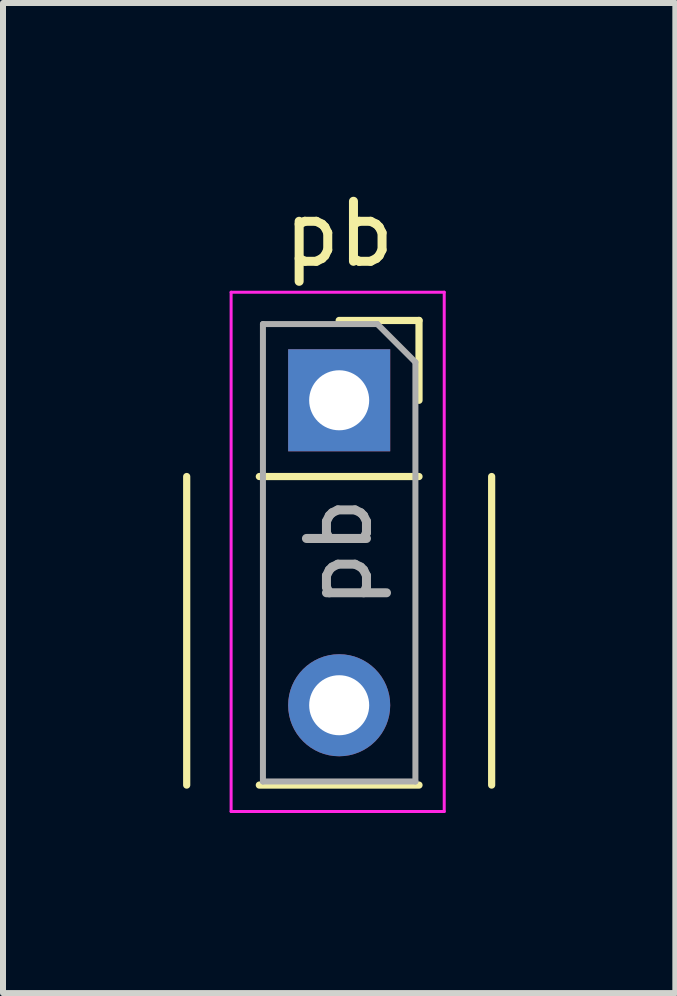
<source format=kicad_pcb>
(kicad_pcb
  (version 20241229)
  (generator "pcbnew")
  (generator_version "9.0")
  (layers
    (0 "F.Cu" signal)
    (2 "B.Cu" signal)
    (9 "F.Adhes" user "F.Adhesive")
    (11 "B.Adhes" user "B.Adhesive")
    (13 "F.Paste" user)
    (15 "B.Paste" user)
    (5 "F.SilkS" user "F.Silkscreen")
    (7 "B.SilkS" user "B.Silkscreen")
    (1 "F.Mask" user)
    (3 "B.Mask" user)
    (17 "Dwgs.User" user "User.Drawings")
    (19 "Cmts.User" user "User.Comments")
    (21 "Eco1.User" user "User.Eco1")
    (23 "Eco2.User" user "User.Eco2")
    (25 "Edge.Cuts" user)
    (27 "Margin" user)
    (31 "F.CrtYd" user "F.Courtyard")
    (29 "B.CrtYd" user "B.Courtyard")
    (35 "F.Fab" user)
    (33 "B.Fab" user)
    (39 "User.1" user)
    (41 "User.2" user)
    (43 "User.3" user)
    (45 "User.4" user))
  (footprint "pb"
    (layer "F.Cu")
    (at 2.6 3.618)
    (property "Reference" "pb" (at 0 -2.77 0) (layer "F.SilkS") (effects (font (size 1 1) (thickness 0.15))))
    (attr through_hole)
    (fp_line (start -2.54 1.27) (end -2.54 6.41) (stroke (width 0.12) (type solid)) (layer "F.SilkS"))
    (fp_line (start -1.33 1.27) (end 1.33 1.27) (stroke (width 0.12) (type solid)) (layer "F.SilkS"))
    (fp_line (start -1.33 6.41) (end 1.33 6.41) (stroke (width 0.12) (type solid)) (layer "F.SilkS"))
    (fp_line (start 0 -1.33) (end 1.33 -1.33) (stroke (width 0.12) (type solid)) (layer "F.SilkS"))
    (fp_line (start 1.33 -1.33) (end 1.33 0) (stroke (width 0.12) (type solid)) (layer "F.SilkS"))
    (fp_line (start 2.54 1.27) (end 2.54 6.41) (stroke (width 0.12) (type solid)) (layer "F.SilkS"))
    (fp_line (start -1.8 -1.8) (end 1.75 -1.8) (stroke (width 0.05) (type solid)) (layer "F.CrtYd"))
    (fp_line (start -1.8 6.85) (end -1.8 -1.8) (stroke (width 0.05) (type solid)) (layer "F.CrtYd"))
    (fp_line (start 1.75 -1.8) (end 1.75 6.85) (stroke (width 0.05) (type solid)) (layer "F.CrtYd"))
    (fp_line (start 1.75 6.85) (end -1.8 6.85) (stroke (width 0.05) (type solid)) (layer "F.CrtYd"))
    (fp_line (start -1.27 -1.27) (end 0.635 -1.27) (stroke (width 0.1) (type solid)) (layer "F.Fab"))
    (fp_line (start -1.27 6.35) (end -1.27 -1.27) (stroke (width 0.1) (type solid)) (layer "F.Fab"))
    (fp_line (start 0.635 -1.27) (end 1.27 -0.635) (stroke (width 0.1) (type solid)) (layer "F.Fab"))
    (fp_line (start 1.27 -0.635) (end 1.27 6.35) (stroke (width 0.1) (type solid)) (layer "F.Fab"))
    (fp_line (start 1.27 6.35) (end -1.27 6.35) (stroke (width 0.1) (type solid)) (layer "F.Fab"))
    (fp_text user "${REFERENCE}" (at 0 2.54 90) (layer "F.Fab") (effects (font (size 1 1) (thickness 0.15))))
    (pad "1" thru_hole rect (at 0 0) (size 1.7 1.7) (drill 1) (layers "*.Cu" "*.Mask"))
    (pad "2" thru_hole oval (at 0 5.08) (size 1.7 1.7) (drill 1) (layers "*.Cu" "*.Mask")))
  (gr_rect
    (start -3 -3)
    (end 8.2 13.493)
    (stroke (width 0.1) (type default))
    (fill no)
    (layer "Edge.Cuts")))
</source>
